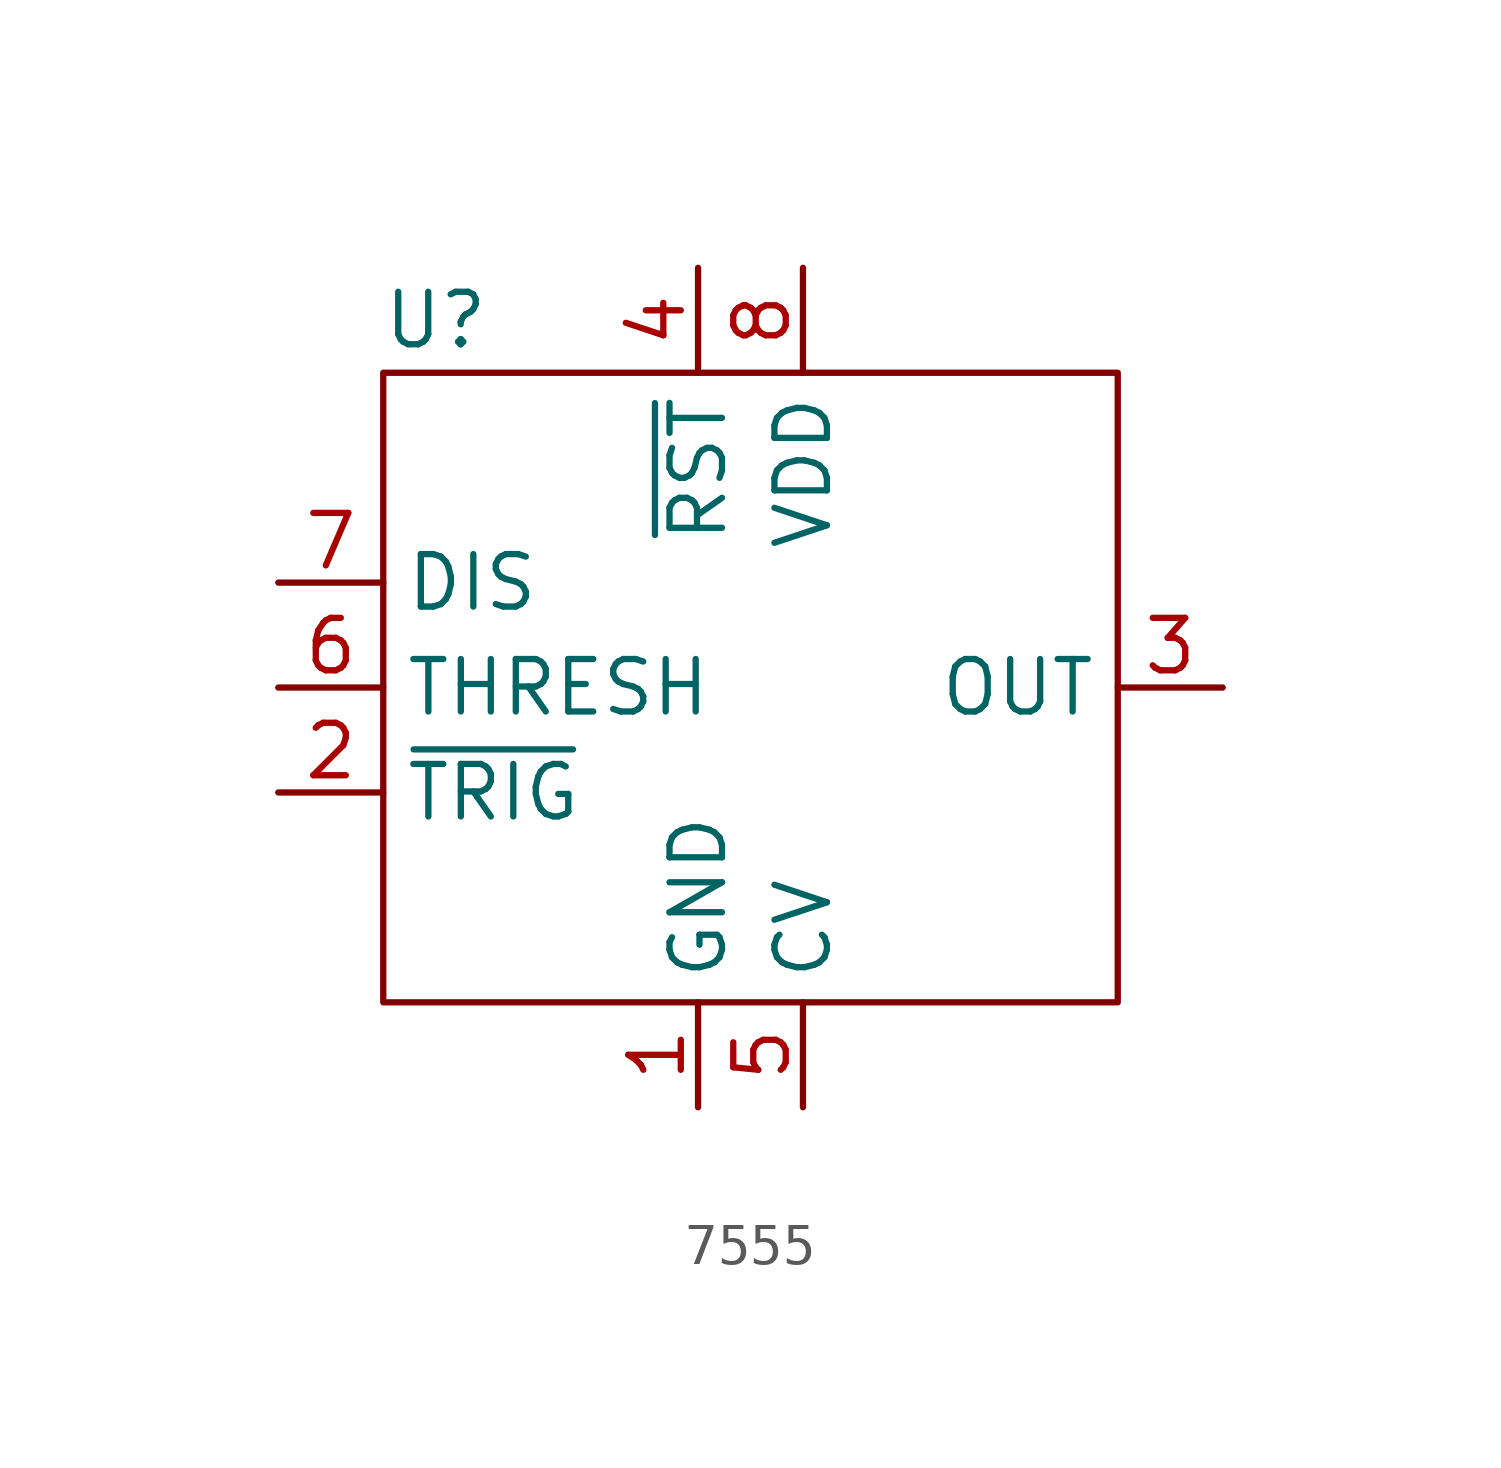
<source format=kicad_sym>
(kicad_symbol_lib
  (version 20220914)
  (generator kicad_symbol_editor)
  (symbol "7555"
    (property "Reference" "U"
      (at -7.62 8.89 0)
      (effects (font (size 1.27 1.27))))
    (property "Value" ""
      (at 0 2.54 0)
      (effects (font (size 1.27 1.27))))
    (symbol "7555_0_1"
      (rectangle (start -8.89 7.62) (end 8.89 -7.62) (stroke (width 0) (type default)) (fill (type none))))
    (symbol "7555_1_1"
      (pin input line (at -1.27 -10.16 90) (length 2.54) (name "GND" (effects (font (size 1.27 1.27)))) (number "1" (effects (font (size 1.27 1.27)))))
      (pin input line (at -11.43 -2.54 0) (length 2.54) (name "~{TRIG}" (effects (font (size 1.27 1.27)))) (number "2" (effects (font (size 1.27 1.27)))))
      (pin input line (at 11.43 0 180) (length 2.54) (name "OUT" (effects (font (size 1.27 1.27)))) (number "3" (effects (font (size 1.27 1.27)))))
      (pin input line (at -1.27 10.16 270) (length 2.54) (name "~{RST}" (effects (font (size 1.27 1.27)))) (number "4" (effects (font (size 1.27 1.27)))))
      (pin input line (at 1.27 -10.16 90) (length 2.54) (name "CV" (effects (font (size 1.27 1.27)))) (number "5" (effects (font (size 1.27 1.27)))))
      (pin input line (at -11.43 0 0) (length 2.54) (name "THRESH" (effects (font (size 1.27 1.27)))) (number "6" (effects (font (size 1.27 1.27)))))
      (pin input line (at -11.43 2.54 0) (length 2.54) (name "DIS" (effects (font (size 1.27 1.27)))) (number "7" (effects (font (size 1.27 1.27)))))
      (pin input line (at 1.27 10.16 270) (length 2.54) (name "VDD" (effects (font (size 1.27 1.27)))) (number "8" (effects (font (size 1.27 1.27))))))))
</source>
